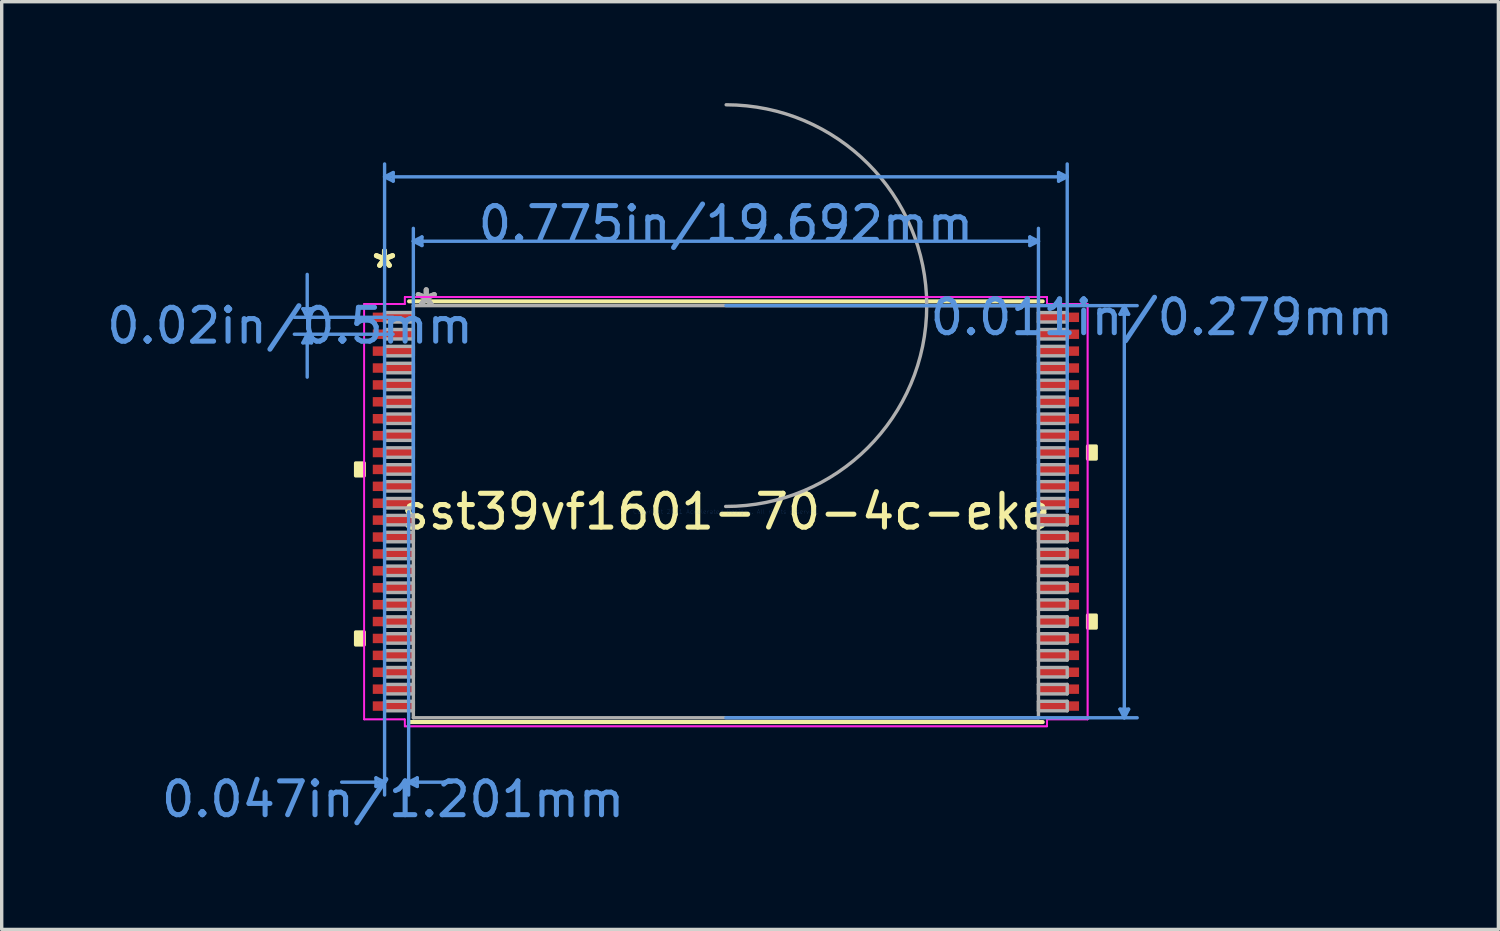
<source format=kicad_pcb>
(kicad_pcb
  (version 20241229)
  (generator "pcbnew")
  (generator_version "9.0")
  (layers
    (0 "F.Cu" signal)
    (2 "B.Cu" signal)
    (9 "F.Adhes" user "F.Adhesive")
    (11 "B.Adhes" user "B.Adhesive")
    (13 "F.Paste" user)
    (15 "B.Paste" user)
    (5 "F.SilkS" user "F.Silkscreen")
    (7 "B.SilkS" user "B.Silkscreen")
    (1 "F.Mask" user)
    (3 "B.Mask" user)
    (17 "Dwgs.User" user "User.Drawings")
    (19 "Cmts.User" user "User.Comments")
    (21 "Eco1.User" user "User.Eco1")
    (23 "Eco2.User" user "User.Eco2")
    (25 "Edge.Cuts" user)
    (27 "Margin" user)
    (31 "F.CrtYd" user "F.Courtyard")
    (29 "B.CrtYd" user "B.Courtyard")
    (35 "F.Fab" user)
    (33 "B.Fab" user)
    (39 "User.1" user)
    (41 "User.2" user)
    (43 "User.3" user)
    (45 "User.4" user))
  (footprint "sst39vf1601-70-4c-eke"
    (layer "F.Cu")
    (at 18.424 12.087)
    (property "Reference" "sst39vf1601-70-4c-eke" (at 0 0 0) (layer "F.SilkS") (effects (font (size 1 1) (thickness 0.15))))
    (attr through_hole)
    (fp_line (start -9.373 6.223) (end 9.373 6.223) (stroke (width 0.12) (type solid)) (layer "F.SilkS"))
    (fp_line (start 9.373 -6.223) (end -9.373 -6.223) (stroke (width 0.12) (type solid)) (layer "F.SilkS"))
    (fp_poly (pts (xy -10.954 -1.44) (xy -10.954 -1.06) (xy -10.7 -1.06) (xy -10.7 -1.44)) (stroke (width 0.1) (type solid)) (fill yes) (layer "F.SilkS"))
    (fp_poly (pts (xy -10.954 3.559) (xy -10.954 3.941) (xy -10.7 3.941) (xy -10.7 3.559)) (stroke (width 0.1) (type solid)) (fill yes) (layer "F.SilkS"))
    (fp_poly (pts (xy 10.954 -1.941) (xy 10.954 -1.56) (xy 10.7 -1.56) (xy 10.7 -1.941)) (stroke (width 0.1) (type solid)) (fill yes) (layer "F.SilkS"))
    (fp_poly (pts (xy 10.954 3.06) (xy 10.954 3.441) (xy 10.7 3.441) (xy 10.7 3.06)) (stroke (width 0.1) (type solid)) (fill yes) (layer "F.SilkS"))
    (fp_line (start -12.513 -6.004) (end -12.259 -6.004) (stroke (width 0.1) (type solid)) (layer "Cmts.User"))
    (fp_line (start -12.513 -4.996) (end -12.259 -4.996) (stroke (width 0.1) (type solid)) (layer "Cmts.User"))
    (fp_line (start -12.386 -5.75) (end -12.513 -6.004) (stroke (width 0.1) (type solid)) (layer "Cmts.User"))
    (fp_line (start -12.386 -5.75) (end -12.386 -7.02) (stroke (width 0.1) (type solid)) (layer "Cmts.User"))
    (fp_line (start -12.386 -5.75) (end -12.259 -6.004) (stroke (width 0.1) (type solid)) (layer "Cmts.User"))
    (fp_line (start -12.386 -5.25) (end -12.513 -4.996) (stroke (width 0.1) (type solid)) (layer "Cmts.User"))
    (fp_line (start -12.386 -5.25) (end -12.386 -3.98) (stroke (width 0.1) (type solid)) (layer "Cmts.User"))
    (fp_line (start -12.386 -5.25) (end -12.259 -4.996) (stroke (width 0.1) (type solid)) (layer "Cmts.User"))
    (fp_line (start -10.351 7.874) (end -10.351 8.128) (stroke (width 0.1) (type solid)) (layer "Cmts.User"))
    (fp_line (start -10.097 -9.906) (end -9.842 -10.033) (stroke (width 0.1) (type solid)) (layer "Cmts.User"))
    (fp_line (start -10.097 -9.906) (end -9.842 -9.779) (stroke (width 0.1) (type solid)) (layer "Cmts.User"))
    (fp_line (start -10.097 -9.906) (end 10.097 -9.906) (stroke (width 0.1) (type solid)) (layer "Cmts.User"))
    (fp_line (start -10.097 0) (end -10.097 -10.287) (stroke (width 0.1) (type solid)) (layer "Cmts.User"))
    (fp_line (start -10.097 0) (end -10.097 8.382) (stroke (width 0.1) (type solid)) (layer "Cmts.User"))
    (fp_line (start -10.097 8.001) (end -11.367 8.001) (stroke (width 0.1) (type solid)) (layer "Cmts.User"))
    (fp_line (start -10.097 8.001) (end -10.351 7.874) (stroke (width 0.1) (type solid)) (layer "Cmts.User"))
    (fp_line (start -10.097 8.001) (end -10.351 8.128) (stroke (width 0.1) (type solid)) (layer "Cmts.User"))
    (fp_line (start -9.846 -5.75) (end -12.767 -5.75) (stroke (width 0.1) (type solid)) (layer "Cmts.User"))
    (fp_line (start -9.846 -5.25) (end -12.767 -5.25) (stroke (width 0.1) (type solid)) (layer "Cmts.User"))
    (fp_line (start -9.842 -10.033) (end -9.842 -9.779) (stroke (width 0.1) (type solid)) (layer "Cmts.User"))
    (fp_line (start -9.385 0) (end -9.385 8.382) (stroke (width 0.1) (type solid)) (layer "Cmts.User"))
    (fp_line (start -9.385 8.001) (end -9.131 7.874) (stroke (width 0.1) (type solid)) (layer "Cmts.User"))
    (fp_line (start -9.385 8.001) (end -9.131 8.128) (stroke (width 0.1) (type solid)) (layer "Cmts.User"))
    (fp_line (start -9.385 8.001) (end -8.115 8.001) (stroke (width 0.1) (type solid)) (layer "Cmts.User"))
    (fp_line (start -9.246 -8.001) (end -8.992 -8.128) (stroke (width 0.1) (type solid)) (layer "Cmts.User"))
    (fp_line (start -9.246 -8.001) (end -8.992 -7.874) (stroke (width 0.1) (type solid)) (layer "Cmts.User"))
    (fp_line (start -9.246 -8.001) (end 9.246 -8.001) (stroke (width 0.1) (type solid)) (layer "Cmts.User"))
    (fp_line (start -9.246 0) (end -9.246 -8.382) (stroke (width 0.1) (type solid)) (layer "Cmts.User"))
    (fp_line (start -9.131 7.874) (end -9.131 8.128) (stroke (width 0.1) (type solid)) (layer "Cmts.User"))
    (fp_line (start -8.992 -8.128) (end -8.992 -7.874) (stroke (width 0.1) (type solid)) (layer "Cmts.User"))
    (fp_line (start 0 -6.096) (end 12.167 -6.096) (stroke (width 0.1) (type solid)) (layer "Cmts.User"))
    (fp_line (start 0 6.096) (end 12.167 6.096) (stroke (width 0.1) (type solid)) (layer "Cmts.User"))
    (fp_line (start 8.992 -8.128) (end 8.992 -7.874) (stroke (width 0.1) (type solid)) (layer "Cmts.User"))
    (fp_line (start 9.246 -8.001) (end 8.992 -8.128) (stroke (width 0.1) (type solid)) (layer "Cmts.User"))
    (fp_line (start 9.246 -8.001) (end 8.992 -7.874) (stroke (width 0.1) (type solid)) (layer "Cmts.User"))
    (fp_line (start 9.246 0) (end 9.246 -8.382) (stroke (width 0.1) (type solid)) (layer "Cmts.User"))
    (fp_line (start 9.842 -10.033) (end 9.842 -9.779) (stroke (width 0.1) (type solid)) (layer "Cmts.User"))
    (fp_line (start 10.097 -9.906) (end 9.842 -10.033) (stroke (width 0.1) (type solid)) (layer "Cmts.User"))
    (fp_line (start 10.097 -9.906) (end 9.842 -9.779) (stroke (width 0.1) (type solid)) (layer "Cmts.User"))
    (fp_line (start 10.097 0) (end 10.097 -10.287) (stroke (width 0.1) (type solid)) (layer "Cmts.User"))
    (fp_line (start 11.659 -5.842) (end 11.913 -5.842) (stroke (width 0.1) (type solid)) (layer "Cmts.User"))
    (fp_line (start 11.659 5.842) (end 11.913 5.842) (stroke (width 0.1) (type solid)) (layer "Cmts.User"))
    (fp_line (start 11.786 -6.096) (end 11.659 -5.842) (stroke (width 0.1) (type solid)) (layer "Cmts.User"))
    (fp_line (start 11.786 -6.096) (end 11.786 6.096) (stroke (width 0.1) (type solid)) (layer "Cmts.User"))
    (fp_line (start 11.786 -6.096) (end 11.913 -5.842) (stroke (width 0.1) (type solid)) (layer "Cmts.User"))
    (fp_line (start 11.786 6.096) (end 11.659 5.842) (stroke (width 0.1) (type solid)) (layer "Cmts.User"))
    (fp_line (start 11.786 6.096) (end 11.913 5.842) (stroke (width 0.1) (type solid)) (layer "Cmts.User"))
    (fp_line (start -10.7 -6.144) (end -9.5 -6.144) (stroke (width 0.05) (type solid)) (layer "F.CrtYd"))
    (fp_line (start -10.7 -6.144) (end -9.5 -6.144) (stroke (width 0.05) (type solid)) (layer "F.CrtYd"))
    (fp_line (start -10.7 6.144) (end -10.7 -6.144) (stroke (width 0.05) (type solid)) (layer "F.CrtYd"))
    (fp_line (start -10.7 6.144) (end -10.7 -6.144) (stroke (width 0.05) (type solid)) (layer "F.CrtYd"))
    (fp_line (start -10.7 6.144) (end -9.5 6.144) (stroke (width 0.05) (type solid)) (layer "F.CrtYd"))
    (fp_line (start -9.5 -6.35) (end 9.5 -6.35) (stroke (width 0.05) (type solid)) (layer "F.CrtYd"))
    (fp_line (start -9.5 -6.35) (end 9.5 -6.35) (stroke (width 0.05) (type solid)) (layer "F.CrtYd"))
    (fp_line (start -9.5 -6.144) (end -9.5 -6.35) (stroke (width 0.05) (type solid)) (layer "F.CrtYd"))
    (fp_line (start -9.5 -6.144) (end -9.5 -6.35) (stroke (width 0.05) (type solid)) (layer "F.CrtYd"))
    (fp_line (start -9.5 6.144) (end -10.7 6.144) (stroke (width 0.05) (type solid)) (layer "F.CrtYd"))
    (fp_line (start -9.5 6.35) (end -9.5 6.144) (stroke (width 0.05) (type solid)) (layer "F.CrtYd"))
    (fp_line (start -9.5 6.35) (end -9.5 6.144) (stroke (width 0.05) (type solid)) (layer "F.CrtYd"))
    (fp_line (start 9.5 -6.35) (end 9.5 -6.144) (stroke (width 0.05) (type solid)) (layer "F.CrtYd"))
    (fp_line (start 9.5 -6.35) (end 9.5 -6.144) (stroke (width 0.05) (type solid)) (layer "F.CrtYd"))
    (fp_line (start 9.5 -6.144) (end 10.7 -6.144) (stroke (width 0.05) (type solid)) (layer "F.CrtYd"))
    (fp_line (start 9.5 6.144) (end 9.5 6.35) (stroke (width 0.05) (type solid)) (layer "F.CrtYd"))
    (fp_line (start 9.5 6.144) (end 9.5 6.35) (stroke (width 0.05) (type solid)) (layer "F.CrtYd"))
    (fp_line (start 9.5 6.35) (end -9.5 6.35) (stroke (width 0.05) (type solid)) (layer "F.CrtYd"))
    (fp_line (start 9.5 6.35) (end -9.5 6.35) (stroke (width 0.05) (type solid)) (layer "F.CrtYd"))
    (fp_line (start 10.7 -6.144) (end 9.5 -6.144) (stroke (width 0.05) (type solid)) (layer "F.CrtYd"))
    (fp_line (start 10.7 -6.144) (end 10.7 6.144) (stroke (width 0.05) (type solid)) (layer "F.CrtYd"))
    (fp_line (start 10.7 -6.144) (end 10.7 6.144) (stroke (width 0.05) (type solid)) (layer "F.CrtYd"))
    (fp_line (start 10.7 6.144) (end 9.5 6.144) (stroke (width 0.05) (type solid)) (layer "F.CrtYd"))
    (fp_line (start 10.7 6.144) (end 9.5 6.144) (stroke (width 0.05) (type solid)) (layer "F.CrtYd"))
    (fp_line (start -10.097 -5.89) (end -10.097 -5.61) (stroke (width 0.1) (type solid)) (layer "F.Fab"))
    (fp_line (start -10.097 -5.61) (end -9.246 -5.61) (stroke (width 0.1) (type solid)) (layer "F.Fab"))
    (fp_line (start -10.097 -5.39) (end -10.097 -5.11) (stroke (width 0.1) (type solid)) (layer "F.Fab"))
    (fp_line (start -10.097 -5.11) (end -9.246 -5.11) (stroke (width 0.1) (type solid)) (layer "F.Fab"))
    (fp_line (start -10.097 -4.89) (end -10.097 -4.61) (stroke (width 0.1) (type solid)) (layer "F.Fab"))
    (fp_line (start -10.097 -4.61) (end -9.246 -4.61) (stroke (width 0.1) (type solid)) (layer "F.Fab"))
    (fp_line (start -10.097 -4.39) (end -10.097 -4.11) (stroke (width 0.1) (type solid)) (layer "F.Fab"))
    (fp_line (start -10.097 -4.11) (end -9.246 -4.11) (stroke (width 0.1) (type solid)) (layer "F.Fab"))
    (fp_line (start -10.097 -3.89) (end -10.097 -3.61) (stroke (width 0.1) (type solid)) (layer "F.Fab"))
    (fp_line (start -10.097 -3.61) (end -9.246 -3.61) (stroke (width 0.1) (type solid)) (layer "F.Fab"))
    (fp_line (start -10.097 -3.39) (end -10.097 -3.11) (stroke (width 0.1) (type solid)) (layer "F.Fab"))
    (fp_line (start -10.097 -3.11) (end -9.246 -3.11) (stroke (width 0.1) (type solid)) (layer "F.Fab"))
    (fp_line (start -10.097 -2.89) (end -10.097 -2.61) (stroke (width 0.1) (type solid)) (layer "F.Fab"))
    (fp_line (start -10.097 -2.61) (end -9.246 -2.61) (stroke (width 0.1) (type solid)) (layer "F.Fab"))
    (fp_line (start -10.097 -2.39) (end -10.097 -2.11) (stroke (width 0.1) (type solid)) (layer "F.Fab"))
    (fp_line (start -10.097 -2.11) (end -9.246 -2.11) (stroke (width 0.1) (type solid)) (layer "F.Fab"))
    (fp_line (start -10.097 -1.89) (end -10.097 -1.61) (stroke (width 0.1) (type solid)) (layer "F.Fab"))
    (fp_line (start -10.097 -1.61) (end -9.246 -1.61) (stroke (width 0.1) (type solid)) (layer "F.Fab"))
    (fp_line (start -10.097 -1.39) (end -10.097 -1.11) (stroke (width 0.1) (type solid)) (layer "F.Fab"))
    (fp_line (start -10.097 -1.11) (end -9.246 -1.11) (stroke (width 0.1) (type solid)) (layer "F.Fab"))
    (fp_line (start -10.097 -0.89) (end -10.097 -0.61) (stroke (width 0.1) (type solid)) (layer "F.Fab"))
    (fp_line (start -10.097 -0.61) (end -9.246 -0.61) (stroke (width 0.1) (type solid)) (layer "F.Fab"))
    (fp_line (start -10.097 -0.39) (end -10.097 -0.11) (stroke (width 0.1) (type solid)) (layer "F.Fab"))
    (fp_line (start -10.097 -0.11) (end -9.246 -0.11) (stroke (width 0.1) (type solid)) (layer "F.Fab"))
    (fp_line (start -10.097 0.11) (end -10.097 0.39) (stroke (width 0.1) (type solid)) (layer "F.Fab"))
    (fp_line (start -10.097 0.39) (end -9.246 0.39) (stroke (width 0.1) (type solid)) (layer "F.Fab"))
    (fp_line (start -10.097 0.61) (end -10.097 0.89) (stroke (width 0.1) (type solid)) (layer "F.Fab"))
    (fp_line (start -10.097 0.89) (end -9.246 0.89) (stroke (width 0.1) (type solid)) (layer "F.Fab"))
    (fp_line (start -10.097 1.11) (end -10.097 1.39) (stroke (width 0.1) (type solid)) (layer "F.Fab"))
    (fp_line (start -10.097 1.39) (end -9.246 1.39) (stroke (width 0.1) (type solid)) (layer "F.Fab"))
    (fp_line (start -10.097 1.61) (end -10.097 1.89) (stroke (width 0.1) (type solid)) (layer "F.Fab"))
    (fp_line (start -10.097 1.89) (end -9.246 1.89) (stroke (width 0.1) (type solid)) (layer "F.Fab"))
    (fp_line (start -10.097 2.11) (end -10.097 2.39) (stroke (width 0.1) (type solid)) (layer "F.Fab"))
    (fp_line (start -10.097 2.39) (end -9.246 2.39) (stroke (width 0.1) (type solid)) (layer "F.Fab"))
    (fp_line (start -10.097 2.61) (end -10.097 2.89) (stroke (width 0.1) (type solid)) (layer "F.Fab"))
    (fp_line (start -10.097 2.89) (end -9.246 2.89) (stroke (width 0.1) (type solid)) (layer "F.Fab"))
    (fp_line (start -10.097 3.11) (end -10.097 3.39) (stroke (width 0.1) (type solid)) (layer "F.Fab"))
    (fp_line (start -10.097 3.39) (end -9.246 3.39) (stroke (width 0.1) (type solid)) (layer "F.Fab"))
    (fp_line (start -10.097 3.61) (end -10.097 3.89) (stroke (width 0.1) (type solid)) (layer "F.Fab"))
    (fp_line (start -10.097 3.89) (end -9.246 3.89) (stroke (width 0.1) (type solid)) (layer "F.Fab"))
    (fp_line (start -10.097 4.11) (end -10.097 4.39) (stroke (width 0.1) (type solid)) (layer "F.Fab"))
    (fp_line (start -10.097 4.39) (end -9.246 4.39) (stroke (width 0.1) (type solid)) (layer "F.Fab"))
    (fp_line (start -10.097 4.61) (end -10.097 4.89) (stroke (width 0.1) (type solid)) (layer "F.Fab"))
    (fp_line (start -10.097 4.89) (end -9.246 4.89) (stroke (width 0.1) (type solid)) (layer "F.Fab"))
    (fp_line (start -10.097 5.11) (end -10.097 5.39) (stroke (width 0.1) (type solid)) (layer "F.Fab"))
    (fp_line (start -10.097 5.39) (end -9.246 5.39) (stroke (width 0.1) (type solid)) (layer "F.Fab"))
    (fp_line (start -10.097 5.61) (end -10.097 5.89) (stroke (width 0.1) (type solid)) (layer "F.Fab"))
    (fp_line (start -10.097 5.89) (end -9.246 5.89) (stroke (width 0.1) (type solid)) (layer "F.Fab"))
    (fp_line (start -9.246 -6.096) (end -9.246 6.096) (stroke (width 0.1) (type solid)) (layer "F.Fab"))
    (fp_line (start -9.246 -5.89) (end -10.097 -5.89) (stroke (width 0.1) (type solid)) (layer "F.Fab"))
    (fp_line (start -9.246 -5.61) (end -9.246 -5.89) (stroke (width 0.1) (type solid)) (layer "F.Fab"))
    (fp_line (start -9.246 -5.39) (end -10.097 -5.39) (stroke (width 0.1) (type solid)) (layer "F.Fab"))
    (fp_line (start -9.246 -5.11) (end -9.246 -5.39) (stroke (width 0.1) (type solid)) (layer "F.Fab"))
    (fp_line (start -9.246 -4.89) (end -10.097 -4.89) (stroke (width 0.1) (type solid)) (layer "F.Fab"))
    (fp_line (start -9.246 -4.61) (end -9.246 -4.89) (stroke (width 0.1) (type solid)) (layer "F.Fab"))
    (fp_line (start -9.246 -4.39) (end -10.097 -4.39) (stroke (width 0.1) (type solid)) (layer "F.Fab"))
    (fp_line (start -9.246 -4.11) (end -9.246 -4.39) (stroke (width 0.1) (type solid)) (layer "F.Fab"))
    (fp_line (start -9.246 -3.89) (end -10.097 -3.89) (stroke (width 0.1) (type solid)) (layer "F.Fab"))
    (fp_line (start -9.246 -3.61) (end -9.246 -3.89) (stroke (width 0.1) (type solid)) (layer "F.Fab"))
    (fp_line (start -9.246 -3.39) (end -10.097 -3.39) (stroke (width 0.1) (type solid)) (layer "F.Fab"))
    (fp_line (start -9.246 -3.11) (end -9.246 -3.39) (stroke (width 0.1) (type solid)) (layer "F.Fab"))
    (fp_line (start -9.246 -2.89) (end -10.097 -2.89) (stroke (width 0.1) (type solid)) (layer "F.Fab"))
    (fp_line (start -9.246 -2.61) (end -9.246 -2.89) (stroke (width 0.1) (type solid)) (layer "F.Fab"))
    (fp_line (start -9.246 -2.39) (end -10.097 -2.39) (stroke (width 0.1) (type solid)) (layer "F.Fab"))
    (fp_line (start -9.246 -2.11) (end -9.246 -2.39) (stroke (width 0.1) (type solid)) (layer "F.Fab"))
    (fp_line (start -9.246 -1.89) (end -10.097 -1.89) (stroke (width 0.1) (type solid)) (layer "F.Fab"))
    (fp_line (start -9.246 -1.61) (end -9.246 -1.89) (stroke (width 0.1) (type solid)) (layer "F.Fab"))
    (fp_line (start -9.246 -1.39) (end -10.097 -1.39) (stroke (width 0.1) (type solid)) (layer "F.Fab"))
    (fp_line (start -9.246 -1.11) (end -9.246 -1.39) (stroke (width 0.1) (type solid)) (layer "F.Fab"))
    (fp_line (start -9.246 -0.89) (end -10.097 -0.89) (stroke (width 0.1) (type solid)) (layer "F.Fab"))
    (fp_line (start -9.246 -0.61) (end -9.246 -0.89) (stroke (width 0.1) (type solid)) (layer "F.Fab"))
    (fp_line (start -9.246 -0.39) (end -10.097 -0.39) (stroke (width 0.1) (type solid)) (layer "F.Fab"))
    (fp_line (start -9.246 -0.11) (end -9.246 -0.39) (stroke (width 0.1) (type solid)) (layer "F.Fab"))
    (fp_line (start -9.246 0.11) (end -10.097 0.11) (stroke (width 0.1) (type solid)) (layer "F.Fab"))
    (fp_line (start -9.246 0.39) (end -9.246 0.11) (stroke (width 0.1) (type solid)) (layer "F.Fab"))
    (fp_line (start -9.246 0.61) (end -10.097 0.61) (stroke (width 0.1) (type solid)) (layer "F.Fab"))
    (fp_line (start -9.246 0.89) (end -9.246 0.61) (stroke (width 0.1) (type solid)) (layer "F.Fab"))
    (fp_line (start -9.246 1.11) (end -10.097 1.11) (stroke (width 0.1) (type solid)) (layer "F.Fab"))
    (fp_line (start -9.246 1.39) (end -9.246 1.11) (stroke (width 0.1) (type solid)) (layer "F.Fab"))
    (fp_line (start -9.246 1.61) (end -10.097 1.61) (stroke (width 0.1) (type solid)) (layer "F.Fab"))
    (fp_line (start -9.246 1.89) (end -9.246 1.61) (stroke (width 0.1) (type solid)) (layer "F.Fab"))
    (fp_line (start -9.246 2.11) (end -10.097 2.11) (stroke (width 0.1) (type solid)) (layer "F.Fab"))
    (fp_line (start -9.246 2.39) (end -9.246 2.11) (stroke (width 0.1) (type solid)) (layer "F.Fab"))
    (fp_line (start -9.246 2.61) (end -10.097 2.61) (stroke (width 0.1) (type solid)) (layer "F.Fab"))
    (fp_line (start -9.246 2.89) (end -9.246 2.61) (stroke (width 0.1) (type solid)) (layer "F.Fab"))
    (fp_line (start -9.246 3.11) (end -10.097 3.11) (stroke (width 0.1) (type solid)) (layer "F.Fab"))
    (fp_line (start -9.246 3.39) (end -9.246 3.11) (stroke (width 0.1) (type solid)) (layer "F.Fab"))
    (fp_line (start -9.246 3.61) (end -10.097 3.61) (stroke (width 0.1) (type solid)) (layer "F.Fab"))
    (fp_line (start -9.246 3.89) (end -9.246 3.61) (stroke (width 0.1) (type solid)) (layer "F.Fab"))
    (fp_line (start -9.246 4.11) (end -10.097 4.11) (stroke (width 0.1) (type solid)) (layer "F.Fab"))
    (fp_line (start -9.246 4.39) (end -9.246 4.11) (stroke (width 0.1) (type solid)) (layer "F.Fab"))
    (fp_line (start -9.246 4.61) (end -10.097 4.61) (stroke (width 0.1) (type solid)) (layer "F.Fab"))
    (fp_line (start -9.246 4.89) (end -9.246 4.61) (stroke (width 0.1) (type solid)) (layer "F.Fab"))
    (fp_line (start -9.246 5.11) (end -10.097 5.11) (stroke (width 0.1) (type solid)) (layer "F.Fab"))
    (fp_line (start -9.246 5.39) (end -9.246 5.11) (stroke (width 0.1) (type solid)) (layer "F.Fab"))
    (fp_line (start -9.246 5.61) (end -10.097 5.61) (stroke (width 0.1) (type solid)) (layer "F.Fab"))
    (fp_line (start -9.246 5.89) (end -9.246 5.61) (stroke (width 0.1) (type solid)) (layer "F.Fab"))
    (fp_line (start -9.246 6.096) (end 9.246 6.096) (stroke (width 0.1) (type solid)) (layer "F.Fab"))
    (fp_line (start 9.246 -6.096) (end -9.246 -6.096) (stroke (width 0.1) (type solid)) (layer "F.Fab"))
    (fp_line (start 9.246 -5.89) (end 9.246 -5.61) (stroke (width 0.1) (type solid)) (layer "F.Fab"))
    (fp_line (start 9.246 -5.61) (end 10.097 -5.61) (stroke (width 0.1) (type solid)) (layer "F.Fab"))
    (fp_line (start 9.246 -5.39) (end 9.246 -5.11) (stroke (width 0.1) (type solid)) (layer "F.Fab"))
    (fp_line (start 9.246 -5.11) (end 10.097 -5.11) (stroke (width 0.1) (type solid)) (layer "F.Fab"))
    (fp_line (start 9.246 -4.89) (end 9.246 -4.61) (stroke (width 0.1) (type solid)) (layer "F.Fab"))
    (fp_line (start 9.246 -4.61) (end 10.097 -4.61) (stroke (width 0.1) (type solid)) (layer "F.Fab"))
    (fp_line (start 9.246 -4.39) (end 9.246 -4.11) (stroke (width 0.1) (type solid)) (layer "F.Fab"))
    (fp_line (start 9.246 -4.11) (end 10.097 -4.11) (stroke (width 0.1) (type solid)) (layer "F.Fab"))
    (fp_line (start 9.246 -3.89) (end 9.246 -3.61) (stroke (width 0.1) (type solid)) (layer "F.Fab"))
    (fp_line (start 9.246 -3.61) (end 10.097 -3.61) (stroke (width 0.1) (type solid)) (layer "F.Fab"))
    (fp_line (start 9.246 -3.39) (end 9.246 -3.11) (stroke (width 0.1) (type solid)) (layer "F.Fab"))
    (fp_line (start 9.246 -3.11) (end 10.097 -3.11) (stroke (width 0.1) (type solid)) (layer "F.Fab"))
    (fp_line (start 9.246 -2.89) (end 9.246 -2.61) (stroke (width 0.1) (type solid)) (layer "F.Fab"))
    (fp_line (start 9.246 -2.61) (end 10.097 -2.61) (stroke (width 0.1) (type solid)) (layer "F.Fab"))
    (fp_line (start 9.246 -2.39) (end 9.246 -2.11) (stroke (width 0.1) (type solid)) (layer "F.Fab"))
    (fp_line (start 9.246 -2.11) (end 10.097 -2.11) (stroke (width 0.1) (type solid)) (layer "F.Fab"))
    (fp_line (start 9.246 -1.89) (end 9.246 -1.61) (stroke (width 0.1) (type solid)) (layer "F.Fab"))
    (fp_line (start 9.246 -1.61) (end 10.097 -1.61) (stroke (width 0.1) (type solid)) (layer "F.Fab"))
    (fp_line (start 9.246 -1.39) (end 9.246 -1.11) (stroke (width 0.1) (type solid)) (layer "F.Fab"))
    (fp_line (start 9.246 -1.11) (end 10.097 -1.11) (stroke (width 0.1) (type solid)) (layer "F.Fab"))
    (fp_line (start 9.246 -0.89) (end 9.246 -0.61) (stroke (width 0.1) (type solid)) (layer "F.Fab"))
    (fp_line (start 9.246 -0.61) (end 10.097 -0.61) (stroke (width 0.1) (type solid)) (layer "F.Fab"))
    (fp_line (start 9.246 -0.39) (end 9.246 -0.11) (stroke (width 0.1) (type solid)) (layer "F.Fab"))
    (fp_line (start 9.246 -0.11) (end 10.097 -0.11) (stroke (width 0.1) (type solid)) (layer "F.Fab"))
    (fp_line (start 9.246 0.11) (end 9.246 0.39) (stroke (width 0.1) (type solid)) (layer "F.Fab"))
    (fp_line (start 9.246 0.39) (end 10.097 0.39) (stroke (width 0.1) (type solid)) (layer "F.Fab"))
    (fp_line (start 9.246 0.61) (end 9.246 0.89) (stroke (width 0.1) (type solid)) (layer "F.Fab"))
    (fp_line (start 9.246 0.89) (end 10.097 0.89) (stroke (width 0.1) (type solid)) (layer "F.Fab"))
    (fp_line (start 9.246 1.11) (end 9.246 1.39) (stroke (width 0.1) (type solid)) (layer "F.Fab"))
    (fp_line (start 9.246 1.39) (end 10.097 1.39) (stroke (width 0.1) (type solid)) (layer "F.Fab"))
    (fp_line (start 9.246 1.61) (end 9.246 1.89) (stroke (width 0.1) (type solid)) (layer "F.Fab"))
    (fp_line (start 9.246 1.89) (end 10.097 1.89) (stroke (width 0.1) (type solid)) (layer "F.Fab"))
    (fp_line (start 9.246 2.11) (end 9.246 2.39) (stroke (width 0.1) (type solid)) (layer "F.Fab"))
    (fp_line (start 9.246 2.39) (end 10.097 2.39) (stroke (width 0.1) (type solid)) (layer "F.Fab"))
    (fp_line (start 9.246 2.61) (end 9.246 2.89) (stroke (width 0.1) (type solid)) (layer "F.Fab"))
    (fp_line (start 9.246 2.89) (end 10.097 2.89) (stroke (width 0.1) (type solid)) (layer "F.Fab"))
    (fp_line (start 9.246 3.11) (end 9.246 3.39) (stroke (width 0.1) (type solid)) (layer "F.Fab"))
    (fp_line (start 9.246 3.39) (end 10.097 3.39) (stroke (width 0.1) (type solid)) (layer "F.Fab"))
    (fp_line (start 9.246 3.61) (end 9.246 3.89) (stroke (width 0.1) (type solid)) (layer "F.Fab"))
    (fp_line (start 9.246 3.89) (end 10.097 3.89) (stroke (width 0.1) (type solid)) (layer "F.Fab"))
    (fp_line (start 9.246 4.11) (end 9.246 4.39) (stroke (width 0.1) (type solid)) (layer "F.Fab"))
    (fp_line (start 9.246 4.39) (end 10.097 4.39) (stroke (width 0.1) (type solid)) (layer "F.Fab"))
    (fp_line (start 9.246 4.61) (end 9.246 4.89) (stroke (width 0.1) (type solid)) (layer "F.Fab"))
    (fp_line (start 9.246 4.89) (end 10.097 4.89) (stroke (width 0.1) (type solid)) (layer "F.Fab"))
    (fp_line (start 9.246 5.11) (end 9.246 5.39) (stroke (width 0.1) (type solid)) (layer "F.Fab"))
    (fp_line (start 9.246 5.39) (end 10.097 5.39) (stroke (width 0.1) (type solid)) (layer "F.Fab"))
    (fp_line (start 9.246 5.61) (end 9.246 5.89) (stroke (width 0.1) (type solid)) (layer "F.Fab"))
    (fp_line (start 9.246 5.89) (end 10.097 5.89) (stroke (width 0.1) (type solid)) (layer "F.Fab"))
    (fp_line (start 9.246 6.096) (end 9.246 -6.096) (stroke (width 0.1) (type solid)) (layer "F.Fab"))
    (fp_line (start 10.097 -5.89) (end 9.246 -5.89) (stroke (width 0.1) (type solid)) (layer "F.Fab"))
    (fp_line (start 10.097 -5.61) (end 10.097 -5.89) (stroke (width 0.1) (type solid)) (layer "F.Fab"))
    (fp_line (start 10.097 -5.39) (end 9.246 -5.39) (stroke (width 0.1) (type solid)) (layer "F.Fab"))
    (fp_line (start 10.097 -5.11) (end 10.097 -5.39) (stroke (width 0.1) (type solid)) (layer "F.Fab"))
    (fp_line (start 10.097 -4.89) (end 9.246 -4.89) (stroke (width 0.1) (type solid)) (layer "F.Fab"))
    (fp_line (start 10.097 -4.61) (end 10.097 -4.89) (stroke (width 0.1) (type solid)) (layer "F.Fab"))
    (fp_line (start 10.097 -4.39) (end 9.246 -4.39) (stroke (width 0.1) (type solid)) (layer "F.Fab"))
    (fp_line (start 10.097 -4.11) (end 10.097 -4.39) (stroke (width 0.1) (type solid)) (layer "F.Fab"))
    (fp_line (start 10.097 -3.89) (end 9.246 -3.89) (stroke (width 0.1) (type solid)) (layer "F.Fab"))
    (fp_line (start 10.097 -3.61) (end 10.097 -3.89) (stroke (width 0.1) (type solid)) (layer "F.Fab"))
    (fp_line (start 10.097 -3.39) (end 9.246 -3.39) (stroke (width 0.1) (type solid)) (layer "F.Fab"))
    (fp_line (start 10.097 -3.11) (end 10.097 -3.39) (stroke (width 0.1) (type solid)) (layer "F.Fab"))
    (fp_line (start 10.097 -2.89) (end 9.246 -2.89) (stroke (width 0.1) (type solid)) (layer "F.Fab"))
    (fp_line (start 10.097 -2.61) (end 10.097 -2.89) (stroke (width 0.1) (type solid)) (layer "F.Fab"))
    (fp_line (start 10.097 -2.39) (end 9.246 -2.39) (stroke (width 0.1) (type solid)) (layer "F.Fab"))
    (fp_line (start 10.097 -2.11) (end 10.097 -2.39) (stroke (width 0.1) (type solid)) (layer "F.Fab"))
    (fp_line (start 10.097 -1.89) (end 9.246 -1.89) (stroke (width 0.1) (type solid)) (layer "F.Fab"))
    (fp_line (start 10.097 -1.61) (end 10.097 -1.89) (stroke (width 0.1) (type solid)) (layer "F.Fab"))
    (fp_line (start 10.097 -1.39) (end 9.246 -1.39) (stroke (width 0.1) (type solid)) (layer "F.Fab"))
    (fp_line (start 10.097 -1.11) (end 10.097 -1.39) (stroke (width 0.1) (type solid)) (layer "F.Fab"))
    (fp_line (start 10.097 -0.89) (end 9.246 -0.89) (stroke (width 0.1) (type solid)) (layer "F.Fab"))
    (fp_line (start 10.097 -0.61) (end 10.097 -0.89) (stroke (width 0.1) (type solid)) (layer "F.Fab"))
    (fp_line (start 10.097 -0.39) (end 9.246 -0.39) (stroke (width 0.1) (type solid)) (layer "F.Fab"))
    (fp_line (start 10.097 -0.11) (end 10.097 -0.39) (stroke (width 0.1) (type solid)) (layer "F.Fab"))
    (fp_line (start 10.097 0.11) (end 9.246 0.11) (stroke (width 0.1) (type solid)) (layer "F.Fab"))
    (fp_line (start 10.097 0.39) (end 10.097 0.11) (stroke (width 0.1) (type solid)) (layer "F.Fab"))
    (fp_line (start 10.097 0.61) (end 9.246 0.61) (stroke (width 0.1) (type solid)) (layer "F.Fab"))
    (fp_line (start 10.097 0.89) (end 10.097 0.61) (stroke (width 0.1) (type solid)) (layer "F.Fab"))
    (fp_line (start 10.097 1.11) (end 9.246 1.11) (stroke (width 0.1) (type solid)) (layer "F.Fab"))
    (fp_line (start 10.097 1.39) (end 10.097 1.11) (stroke (width 0.1) (type solid)) (layer "F.Fab"))
    (fp_line (start 10.097 1.61) (end 9.246 1.61) (stroke (width 0.1) (type solid)) (layer "F.Fab"))
    (fp_line (start 10.097 1.89) (end 10.097 1.61) (stroke (width 0.1) (type solid)) (layer "F.Fab"))
    (fp_line (start 10.097 2.11) (end 9.246 2.11) (stroke (width 0.1) (type solid)) (layer "F.Fab"))
    (fp_line (start 10.097 2.39) (end 10.097 2.11) (stroke (width 0.1) (type solid)) (layer "F.Fab"))
    (fp_line (start 10.097 2.61) (end 9.246 2.61) (stroke (width 0.1) (type solid)) (layer "F.Fab"))
    (fp_line (start 10.097 2.89) (end 10.097 2.61) (stroke (width 0.1) (type solid)) (layer "F.Fab"))
    (fp_line (start 10.097 3.11) (end 9.246 3.11) (stroke (width 0.1) (type solid)) (layer "F.Fab"))
    (fp_line (start 10.097 3.39) (end 10.097 3.11) (stroke (width 0.1) (type solid)) (layer "F.Fab"))
    (fp_line (start 10.097 3.61) (end 9.246 3.61) (stroke (width 0.1) (type solid)) (layer "F.Fab"))
    (fp_line (start 10.097 3.89) (end 10.097 3.61) (stroke (width 0.1) (type solid)) (layer "F.Fab"))
    (fp_line (start 10.097 4.11) (end 9.246 4.11) (stroke (width 0.1) (type solid)) (layer "F.Fab"))
    (fp_line (start 10.097 4.39) (end 10.097 4.11) (stroke (width 0.1) (type solid)) (layer "F.Fab"))
    (fp_line (start 10.097 4.61) (end 9.246 4.61) (stroke (width 0.1) (type solid)) (layer "F.Fab"))
    (fp_line (start 10.097 4.89) (end 10.097 4.61) (stroke (width 0.1) (type solid)) (layer "F.Fab"))
    (fp_line (start 10.097 5.11) (end 9.246 5.11) (stroke (width 0.1) (type solid)) (layer "F.Fab"))
    (fp_line (start 10.097 5.39) (end 10.097 5.11) (stroke (width 0.1) (type solid)) (layer "F.Fab"))
    (fp_line (start 10.097 5.61) (end 9.246 5.61) (stroke (width 0.1) (type solid)) (layer "F.Fab"))
    (fp_line (start 10.097 5.89) (end 10.097 5.61) (stroke (width 0.1) (type solid)) (layer "F.Fab"))
    (fp_arc (start 0.007742 -12.037162) (mid 5.941162 -6.088258) (end -0.007742 -0.154838) (stroke (width 0.1) (type solid)) (layer "F.Fab"))
    (fp_text user "*" (at -10.1 -7.172 0) (layer "F.SilkS") (effects (font (size 1 1) (thickness 0.15))))
    (fp_text user "*" (at -10.1 -7.172 0) (layer "F.SilkS") (effects (font (size 1 1) (thickness 0.15))))
    (fp_text user "0.775in/19.692mm" (at 0 -8.509 0) (layer "Cmts.User") (effects (font (size 1 1) (thickness 0.15))))
    (fp_text user "Copyright 2021 Accelerated Designs. All rights reserved." (at 0 0 0) (layer "Cmts.User") (effects (font (size 0.127 0.127) (thickness 0.002))))
    (fp_text user "0.047in/1.201mm" (at -9.846 8.509 0) (layer "Cmts.User") (effects (font (size 1 1) (thickness 0.15))))
    (fp_text user "0.011in/0.279mm" (at 12.894 -5.75 0) (layer "Cmts.User") (effects (font (size 1 1) (thickness 0.15))))
    (fp_text user "0.02in/0.5mm" (at -12.894 -5.5 0) (layer "Cmts.User") (effects (font (size 1 1) (thickness 0.15))))
    (fp_text user "*" (at -8.865 -6.02 0) (layer "F.Fab") (effects (font (size 1 1) (thickness 0.15))))
    (fp_text user "*" (at -8.865 -6.02 0) (layer "F.Fab") (effects (font (size 1 1) (thickness 0.15))))
    (pad "1" smd rect (at -9.846 -5.75) (size 1.201 0.279) (layers "F.Cu" "F.Mask" "F.Paste"))
    (pad "2" smd rect (at -9.846 -5.25) (size 1.201 0.279) (layers "F.Cu" "F.Mask" "F.Paste"))
    (pad "3" smd rect (at -9.846 -4.75) (size 1.201 0.279) (layers "F.Cu" "F.Mask" "F.Paste"))
    (pad "4" smd rect (at -9.846 -4.25) (size 1.201 0.279) (layers "F.Cu" "F.Mask" "F.Paste"))
    (pad "5" smd rect (at -9.846 -3.75) (size 1.201 0.279) (layers "F.Cu" "F.Mask" "F.Paste"))
    (pad "6" smd rect (at -9.846 -3.25) (size 1.201 0.279) (layers "F.Cu" "F.Mask" "F.Paste"))
    (pad "7" smd rect (at -9.846 -2.75) (size 1.201 0.279) (layers "F.Cu" "F.Mask" "F.Paste"))
    (pad "8" smd rect (at -9.846 -2.25) (size 1.201 0.279) (layers "F.Cu" "F.Mask" "F.Paste"))
    (pad "9" smd rect (at -9.846 -1.75) (size 1.201 0.279) (layers "F.Cu" "F.Mask" "F.Paste"))
    (pad "10" smd rect (at -9.846 -1.25) (size 1.201 0.279) (layers "F.Cu" "F.Mask" "F.Paste"))
    (pad "11" smd rect (at -9.846 -0.75) (size 1.201 0.279) (layers "F.Cu" "F.Mask" "F.Paste"))
    (pad "12" smd rect (at -9.846 -0.25) (size 1.201 0.279) (layers "F.Cu" "F.Mask" "F.Paste"))
    (pad "13" smd rect (at -9.846 0.25) (size 1.201 0.279) (layers "F.Cu" "F.Mask" "F.Paste"))
    (pad "14" smd rect (at -9.846 0.75) (size 1.201 0.279) (layers "F.Cu" "F.Mask" "F.Paste"))
    (pad "15" smd rect (at -9.846 1.25) (size 1.201 0.279) (layers "F.Cu" "F.Mask" "F.Paste"))
    (pad "16" smd rect (at -9.846 1.75) (size 1.201 0.279) (layers "F.Cu" "F.Mask" "F.Paste"))
    (pad "17" smd rect (at -9.846 2.25) (size 1.201 0.279) (layers "F.Cu" "F.Mask" "F.Paste"))
    (pad "18" smd rect (at -9.846 2.75) (size 1.201 0.279) (layers "F.Cu" "F.Mask" "F.Paste"))
    (pad "19" smd rect (at -9.846 3.25) (size 1.201 0.279) (layers "F.Cu" "F.Mask" "F.Paste"))
    (pad "20" smd rect (at -9.846 3.75) (size 1.201 0.279) (layers "F.Cu" "F.Mask" "F.Paste"))
    (pad "21" smd rect (at -9.846 4.25) (size 1.201 0.279) (layers "F.Cu" "F.Mask" "F.Paste"))
    (pad "22" smd rect (at -9.846 4.75) (size 1.201 0.279) (layers "F.Cu" "F.Mask" "F.Paste"))
    (pad "23" smd rect (at -9.846 5.25) (size 1.201 0.279) (layers "F.Cu" "F.Mask" "F.Paste"))
    (pad "24" smd rect (at -9.846 5.75) (size 1.201 0.279) (layers "F.Cu" "F.Mask" "F.Paste"))
    (pad "25" smd rect (at 9.846 5.75) (size 1.201 0.279) (layers "F.Cu" "F.Mask" "F.Paste"))
    (pad "26" smd rect (at 9.846 5.25) (size 1.201 0.279) (layers "F.Cu" "F.Mask" "F.Paste"))
    (pad "27" smd rect (at 9.846 4.75) (size 1.201 0.279) (layers "F.Cu" "F.Mask" "F.Paste"))
    (pad "28" smd rect (at 9.846 4.25) (size 1.201 0.279) (layers "F.Cu" "F.Mask" "F.Paste"))
    (pad "29" smd rect (at 9.846 3.75) (size 1.201 0.279) (layers "F.Cu" "F.Mask" "F.Paste"))
    (pad "30" smd rect (at 9.846 3.25) (size 1.201 0.279) (layers "F.Cu" "F.Mask" "F.Paste"))
    (pad "31" smd rect (at 9.846 2.75) (size 1.201 0.279) (layers "F.Cu" "F.Mask" "F.Paste"))
    (pad "32" smd rect (at 9.846 2.25) (size 1.201 0.279) (layers "F.Cu" "F.Mask" "F.Paste"))
    (pad "33" smd rect (at 9.846 1.75) (size 1.201 0.279) (layers "F.Cu" "F.Mask" "F.Paste"))
    (pad "34" smd rect (at 9.846 1.25) (size 1.201 0.279) (layers "F.Cu" "F.Mask" "F.Paste"))
    (pad "35" smd rect (at 9.846 0.75) (size 1.201 0.279) (layers "F.Cu" "F.Mask" "F.Paste"))
    (pad "36" smd rect (at 9.846 0.25) (size 1.201 0.279) (layers "F.Cu" "F.Mask" "F.Paste"))
    (pad "37" smd rect (at 9.846 -0.25) (size 1.201 0.279) (layers "F.Cu" "F.Mask" "F.Paste"))
    (pad "38" smd rect (at 9.846 -0.75) (size 1.201 0.279) (layers "F.Cu" "F.Mask" "F.Paste"))
    (pad "39" smd rect (at 9.846 -1.25) (size 1.201 0.279) (layers "F.Cu" "F.Mask" "F.Paste"))
    (pad "40" smd rect (at 9.846 -1.75) (size 1.201 0.279) (layers "F.Cu" "F.Mask" "F.Paste"))
    (pad "41" smd rect (at 9.846 -2.25) (size 1.201 0.279) (layers "F.Cu" "F.Mask" "F.Paste"))
    (pad "42" smd rect (at 9.846 -2.75) (size 1.201 0.279) (layers "F.Cu" "F.Mask" "F.Paste"))
    (pad "43" smd rect (at 9.846 -3.25) (size 1.201 0.279) (layers "F.Cu" "F.Mask" "F.Paste"))
    (pad "44" smd rect (at 9.846 -3.75) (size 1.201 0.279) (layers "F.Cu" "F.Mask" "F.Paste"))
    (pad "45" smd rect (at 9.846 -4.25) (size 1.201 0.279) (layers "F.Cu" "F.Mask" "F.Paste"))
    (pad "46" smd rect (at 9.846 -4.75) (size 1.201 0.279) (layers "F.Cu" "F.Mask" "F.Paste"))
    (pad "47" smd rect (at 9.846 -5.25) (size 1.201 0.279) (layers "F.Cu" "F.Mask" "F.Paste"))
    (pad "48" smd rect (at 9.846 -5.75) (size 1.201 0.279) (layers "F.Cu" "F.Mask" "F.Paste")))
  (gr_rect
    (start -3 -3)
    (end 41.276 24.444)
    (stroke (width 0.1) (type default))
    (fill no)
    (layer "Edge.Cuts")))
</source>
